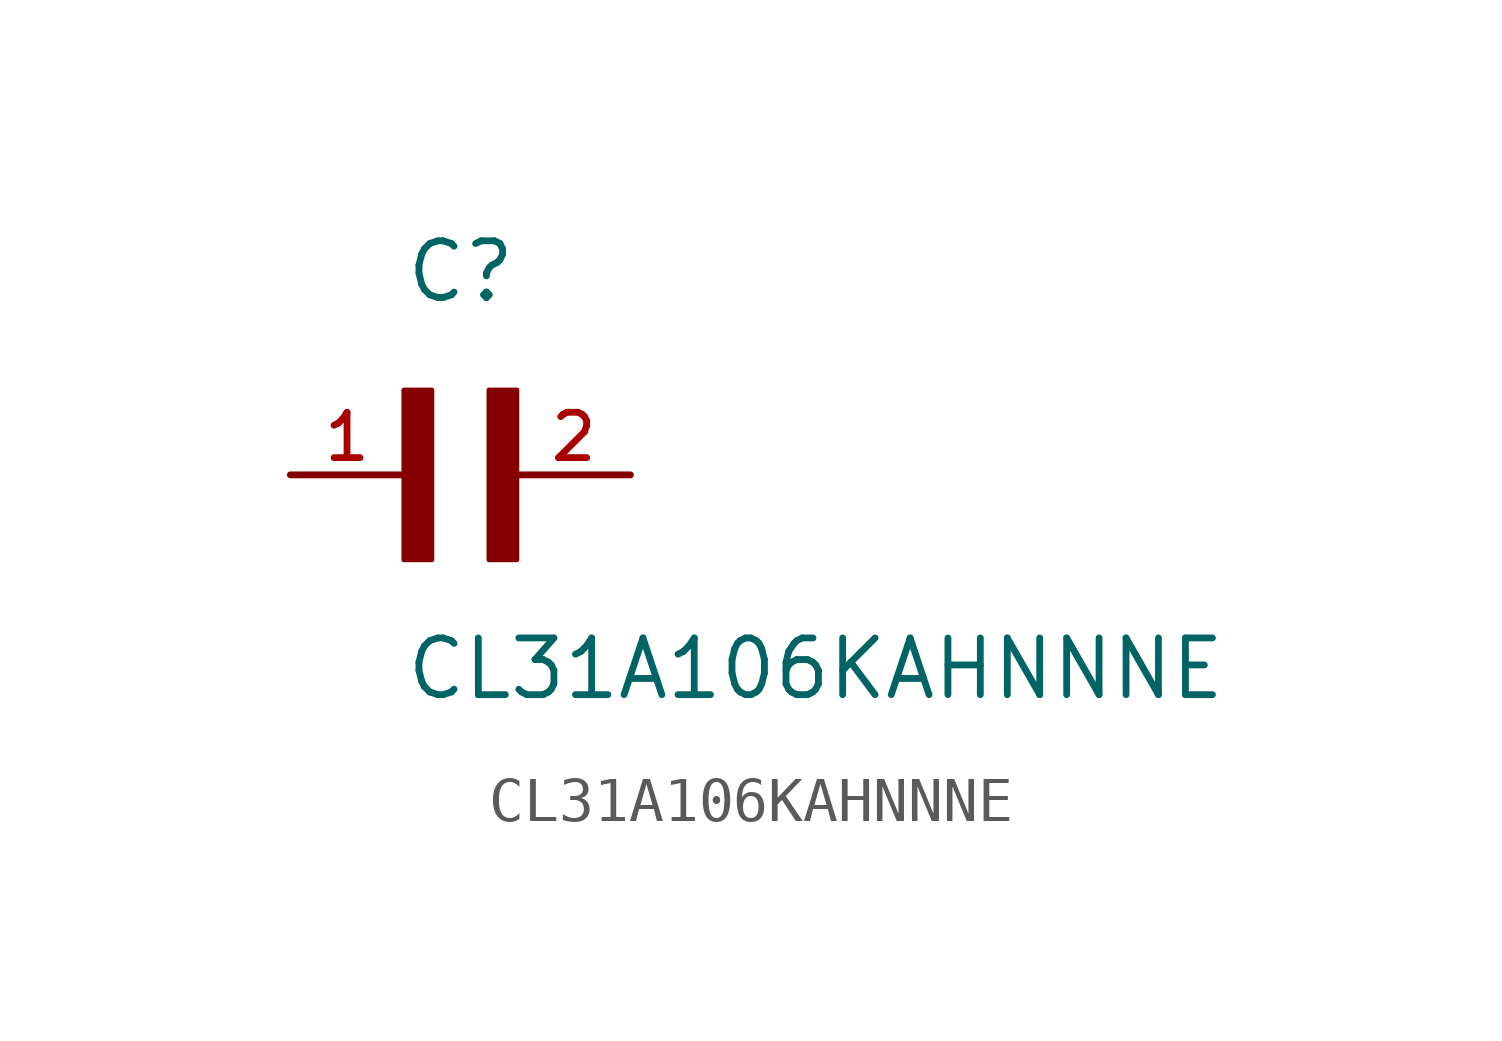
<source format=kicad_sym>
(kicad_symbol_lib
  (version 20211014)
  (generator kicad_symbol_editor)
  (symbol "CL31A106KAHNNNE"
    (pin_names
      (offset 1.016))
    (property "Reference" "C"
      (at 0.0 3.811 0)
      (effects (font (size 1.27 1.27)) (justify bottom left)))
    (property "Value" "CL31A106KAHNNNE"
      (at 0.0 -5.088 0)
      (effects (font (size 1.27 1.27)) (justify bottom left)))
    (symbol "CL31A106KAHNNNE_0_0"
      (rectangle (start 0.0 -1.907) (end 0.635 1.905) (stroke (width 0.1)) (fill (type outline)))
      (rectangle (start 1.907 -1.907) (end 2.54 1.905) (stroke (width 0.1)) (fill (type outline)))
      (pin passive line (at 5.08 0.0 180.0) (length 2.54) (name "~" (effects (font (size 1.016 1.016)))) (number "2" (effects (font (size 1.016 1.016)))))
      (pin passive line (at -2.54 0.0 0) (length 2.54) (name "~" (effects (font (size 1.016 1.016)))) (number "1" (effects (font (size 1.016 1.016))))))))
</source>
